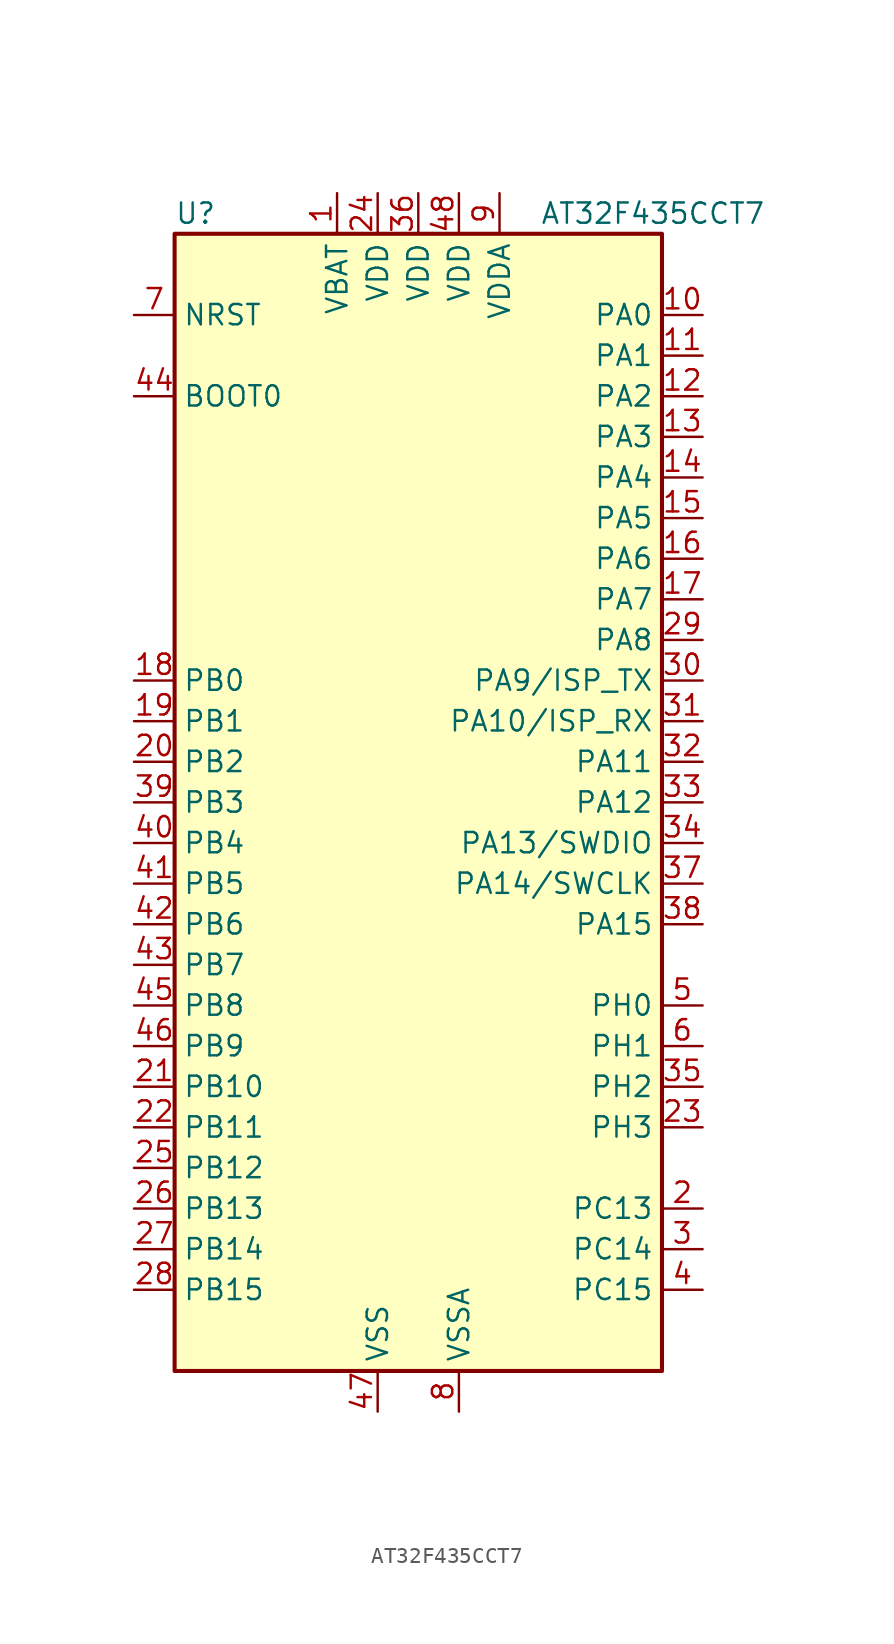
<source format=kicad_sym>
(kicad_symbol_lib
  (version 20241209)
  (generator "kicad_symbol_editor")
  (generator_version "9.0")
  (symbol "AT32F435CCT7"
    (property "Reference" "U"
      (at -15.24 36.83 0)
      (effects (font (size 1.27 1.27)) (justify left)))
    (property "Value" "AT32F435CCT7"
      (at 7.62 36.83 0)
      (effects (font (size 1.27 1.27)) (justify left)))
    (symbol "AT32F435CCT7_0_1"
      (rectangle (start -15.24 35.56) (end 15.24 -35.56) (stroke (width 0.254) (type default)) (fill (type background))))
    (symbol "AT32F435CCT7_1_1"
      (pin input line (at -17.78 30.48 0) (length 2.54) (name "NRST" (effects (font (size 1.27 1.27)))) (number "7" (effects (font (size 1.27 1.27)))))
      (pin input line (at -17.78 25.4 0) (length 2.54) (name "BOOT0" (effects (font (size 1.27 1.27)))) (number "44" (effects (font (size 1.27 1.27)))))
      (pin bidirectional line (at -17.78 7.62 0) (length 2.54) (name "PB0" (effects (font (size 1.27 1.27)))) (number "18" (effects (font (size 1.27 1.27)))) (alternate "ADC1_IN8" bidirectional line) (alternate "ADC2_IN8" bidirectional line) (alternate "TIM1_CH2N" bidirectional line) (alternate "TIM3_CH3" bidirectional line))
      (pin bidirectional line (at -17.78 5.08 0) (length 2.54) (name "PB1" (effects (font (size 1.27 1.27)))) (number "19" (effects (font (size 1.27 1.27)))) (alternate "ADC1_IN9" bidirectional line) (alternate "ADC2_IN9" bidirectional line) (alternate "TIM1_CH3N" bidirectional line) (alternate "TIM3_CH4" bidirectional line))
      (pin bidirectional line (at -17.78 2.54 0) (length 2.54) (name "PB2" (effects (font (size 1.27 1.27)))) (number "20" (effects (font (size 1.27 1.27)))))
      (pin bidirectional line (at -17.78 0 0) (length 2.54) (name "PB3" (effects (font (size 1.27 1.27)))) (number "39" (effects (font (size 1.27 1.27)))) (alternate "SPI1_SCK" bidirectional line) (alternate "SYS_JTDO-TRACESWO" bidirectional line) (alternate "TIM2_CH2" bidirectional line))
      (pin bidirectional line (at -17.78 -2.54 0) (length 2.54) (name "PB4" (effects (font (size 1.27 1.27)))) (number "40" (effects (font (size 1.27 1.27)))) (alternate "SPI1_MISO" bidirectional line) (alternate "SYS_NJTRST" bidirectional line) (alternate "TIM3_CH1" bidirectional line))
      (pin bidirectional line (at -17.78 -5.08 0) (length 2.54) (name "PB5" (effects (font (size 1.27 1.27)))) (number "41" (effects (font (size 1.27 1.27)))) (alternate "I2C1_SMBA" bidirectional line) (alternate "SPI1_MOSI" bidirectional line) (alternate "TIM3_CH2" bidirectional line))
      (pin bidirectional line (at -17.78 -7.62 0) (length 2.54) (name "PB6" (effects (font (size 1.27 1.27)))) (number "42" (effects (font (size 1.27 1.27)))) (alternate "I2C1_SCL" bidirectional line) (alternate "TIM4_CH1" bidirectional line) (alternate "USART1_TX" bidirectional line))
      (pin bidirectional line (at -17.78 -10.16 0) (length 2.54) (name "PB7" (effects (font (size 1.27 1.27)))) (number "43" (effects (font (size 1.27 1.27)))) (alternate "I2C1_SDA" bidirectional line) (alternate "TIM4_CH2" bidirectional line) (alternate "USART1_RX" bidirectional line))
      (pin bidirectional line (at -17.78 -12.7 0) (length 2.54) (name "PB8" (effects (font (size 1.27 1.27)))) (number "45" (effects (font (size 1.27 1.27)))) (alternate "CAN_RX" bidirectional line) (alternate "I2C1_SCL" bidirectional line) (alternate "TIM4_CH3" bidirectional line))
      (pin bidirectional line (at -17.78 -15.24 0) (length 2.54) (name "PB9" (effects (font (size 1.27 1.27)))) (number "46" (effects (font (size 1.27 1.27)))) (alternate "CAN_TX" bidirectional line) (alternate "I2C1_SDA" bidirectional line) (alternate "TIM4_CH4" bidirectional line))
      (pin bidirectional line (at -17.78 -17.78 0) (length 2.54) (name "PB10" (effects (font (size 1.27 1.27)))) (number "21" (effects (font (size 1.27 1.27)))) (alternate "I2C2_SCL" bidirectional line) (alternate "TIM2_CH3" bidirectional line) (alternate "USART3_TX" bidirectional line))
      (pin bidirectional line (at -17.78 -20.32 0) (length 2.54) (name "PB11" (effects (font (size 1.27 1.27)))) (number "22" (effects (font (size 1.27 1.27)))) (alternate "ADC1_EXTI11" bidirectional line) (alternate "ADC2_EXTI11" bidirectional line) (alternate "I2C2_SDA" bidirectional line) (alternate "TIM2_CH4" bidirectional line) (alternate "USART3_RX" bidirectional line))
      (pin bidirectional line (at -17.78 -22.86 0) (length 2.54) (name "PB12" (effects (font (size 1.27 1.27)))) (number "25" (effects (font (size 1.27 1.27)))) (alternate "I2C2_SMBA" bidirectional line) (alternate "SPI2_NSS" bidirectional line) (alternate "TIM1_BKIN" bidirectional line) (alternate "USART3_CK" bidirectional line))
      (pin bidirectional line (at -17.78 -25.4 0) (length 2.54) (name "PB13" (effects (font (size 1.27 1.27)))) (number "26" (effects (font (size 1.27 1.27)))) (alternate "SPI2_SCK" bidirectional line) (alternate "TIM1_CH1N" bidirectional line) (alternate "USART3_CTS" bidirectional line))
      (pin bidirectional line (at -17.78 -27.94 0) (length 2.54) (name "PB14" (effects (font (size 1.27 1.27)))) (number "27" (effects (font (size 1.27 1.27)))) (alternate "SPI2_MISO" bidirectional line) (alternate "TIM1_CH2N" bidirectional line) (alternate "USART3_RTS" bidirectional line))
      (pin bidirectional line (at -17.78 -30.48 0) (length 2.54) (name "PB15" (effects (font (size 1.27 1.27)))) (number "28" (effects (font (size 1.27 1.27)))) (alternate "ADC1_EXTI15" bidirectional line) (alternate "ADC2_EXTI15" bidirectional line) (alternate "SPI2_MOSI" bidirectional line) (alternate "TIM1_CH3N" bidirectional line))
      (pin power_in line (at -5.08 38.1 270) (length 2.54) (name "VBAT" (effects (font (size 1.27 1.27)))) (number "1" (effects (font (size 1.27 1.27)))))
      (pin power_in line (at -2.54 38.1 270) (length 2.54) (name "VDD" (effects (font (size 1.27 1.27)))) (number "24" (effects (font (size 1.27 1.27)))))
      (pin passive line (at -2.54 -38.1 90) (length 2.54) (name "VSS" (effects (font (size 1.27 1.27)))) (number "47" (effects (font (size 1.27 1.27)))))
      (pin power_in line (at 0 38.1 270) (length 2.54) (name "VDD" (effects (font (size 1.27 1.27)))) (number "36" (effects (font (size 1.27 1.27)))))
      (pin power_in line (at 2.54 38.1 270) (length 2.54) (name "VDD" (effects (font (size 1.27 1.27)))) (number "48" (effects (font (size 1.27 1.27)))))
      (pin power_in line (at 2.54 -38.1 90) (length 2.54) (name "VSSA" (effects (font (size 1.27 1.27)))) (number "8" (effects (font (size 1.27 1.27)))))
      (pin power_in line (at 5.08 38.1 270) (length 2.54) (name "VDDA" (effects (font (size 1.27 1.27)))) (number "9" (effects (font (size 1.27 1.27)))))
      (pin bidirectional line (at 17.78 30.48 180) (length 2.54) (name "PA0" (effects (font (size 1.27 1.27)))) (number "10" (effects (font (size 1.27 1.27)))) (alternate "ADC1_IN0" bidirectional line) (alternate "ADC2_IN0" bidirectional line) (alternate "SYS_WKUP" bidirectional line) (alternate "TIM2_CH1" bidirectional line) (alternate "TIM2_ETR" bidirectional line) (alternate "USART2_CTS" bidirectional line))
      (pin bidirectional line (at 17.78 27.94 180) (length 2.54) (name "PA1" (effects (font (size 1.27 1.27)))) (number "11" (effects (font (size 1.27 1.27)))) (alternate "ADC1_IN1" bidirectional line) (alternate "ADC2_IN1" bidirectional line) (alternate "TIM2_CH2" bidirectional line) (alternate "USART2_RTS" bidirectional line))
      (pin bidirectional line (at 17.78 25.4 180) (length 2.54) (name "PA2" (effects (font (size 1.27 1.27)))) (number "12" (effects (font (size 1.27 1.27)))) (alternate "ADC1_IN2" bidirectional line) (alternate "ADC2_IN2" bidirectional line) (alternate "TIM2_CH3" bidirectional line) (alternate "USART2_TX" bidirectional line))
      (pin bidirectional line (at 17.78 22.86 180) (length 2.54) (name "PA3" (effects (font (size 1.27 1.27)))) (number "13" (effects (font (size 1.27 1.27)))) (alternate "ADC1_IN3" bidirectional line) (alternate "ADC2_IN3" bidirectional line) (alternate "TIM2_CH4" bidirectional line) (alternate "USART2_RX" bidirectional line))
      (pin bidirectional line (at 17.78 20.32 180) (length 2.54) (name "PA4" (effects (font (size 1.27 1.27)))) (number "14" (effects (font (size 1.27 1.27)))) (alternate "ADC1_IN4" bidirectional line) (alternate "ADC2_IN4" bidirectional line) (alternate "SPI1_NSS" bidirectional line) (alternate "USART2_CK" bidirectional line))
      (pin bidirectional line (at 17.78 17.78 180) (length 2.54) (name "PA5" (effects (font (size 1.27 1.27)))) (number "15" (effects (font (size 1.27 1.27)))) (alternate "ADC1_IN5" bidirectional line) (alternate "ADC2_IN5" bidirectional line) (alternate "SPI1_SCK" bidirectional line))
      (pin bidirectional line (at 17.78 15.24 180) (length 2.54) (name "PA6" (effects (font (size 1.27 1.27)))) (number "16" (effects (font (size 1.27 1.27)))) (alternate "ADC1_IN6" bidirectional line) (alternate "ADC2_IN6" bidirectional line) (alternate "SPI1_MISO" bidirectional line) (alternate "TIM1_BKIN" bidirectional line) (alternate "TIM3_CH1" bidirectional line))
      (pin bidirectional line (at 17.78 12.7 180) (length 2.54) (name "PA7" (effects (font (size 1.27 1.27)))) (number "17" (effects (font (size 1.27 1.27)))) (alternate "ADC1_IN7" bidirectional line) (alternate "ADC2_IN7" bidirectional line) (alternate "SPI1_MOSI" bidirectional line) (alternate "TIM1_CH1N" bidirectional line) (alternate "TIM3_CH2" bidirectional line))
      (pin bidirectional line (at 17.78 10.16 180) (length 2.54) (name "PA8" (effects (font (size 1.27 1.27)))) (number "29" (effects (font (size 1.27 1.27)))) (alternate "RCC_MCO" bidirectional line) (alternate "TIM1_CH1" bidirectional line) (alternate "USART1_CK" bidirectional line))
      (pin bidirectional line (at 17.78 7.62 180) (length 2.54) (name "PA9/ISP_TX" (effects (font (size 1.27 1.27)))) (number "30" (effects (font (size 1.27 1.27)))) (alternate "TIM1_CH2" bidirectional line) (alternate "USART1_TX" bidirectional line))
      (pin bidirectional line (at 17.78 5.08 180) (length 2.54) (name "PA10/ISP_RX" (effects (font (size 1.27 1.27)))) (number "31" (effects (font (size 1.27 1.27)))) (alternate "TIM1_CH3" bidirectional line) (alternate "USART1_RX" bidirectional line))
      (pin bidirectional line (at 17.78 2.54 180) (length 2.54) (name "PA11" (effects (font (size 1.27 1.27)))) (number "32" (effects (font (size 1.27 1.27)))) (alternate "ADC1_EXTI11" bidirectional line) (alternate "ADC2_EXTI11" bidirectional line) (alternate "CAN_RX" bidirectional line) (alternate "TIM1_CH4" bidirectional line) (alternate "USART1_CTS" bidirectional line) (alternate "USB_DM" bidirectional line))
      (pin bidirectional line (at 17.78 0 180) (length 2.54) (name "PA12" (effects (font (size 1.27 1.27)))) (number "33" (effects (font (size 1.27 1.27)))) (alternate "CAN_TX" bidirectional line) (alternate "TIM1_ETR" bidirectional line) (alternate "USART1_RTS" bidirectional line) (alternate "USB_DP" bidirectional line))
      (pin bidirectional line (at 17.78 -2.54 180) (length 2.54) (name "PA13/SWDIO" (effects (font (size 1.27 1.27)))) (number "34" (effects (font (size 1.27 1.27)))) (alternate "SYS_JTMS-SWDIO" bidirectional line))
      (pin bidirectional line (at 17.78 -5.08 180) (length 2.54) (name "PA14/SWCLK" (effects (font (size 1.27 1.27)))) (number "37" (effects (font (size 1.27 1.27)))) (alternate "SYS_JTCK-SWCLK" bidirectional line))
      (pin bidirectional line (at 17.78 -7.62 180) (length 2.54) (name "PA15" (effects (font (size 1.27 1.27)))) (number "38" (effects (font (size 1.27 1.27)))) (alternate "ADC1_EXTI15" bidirectional line) (alternate "ADC2_EXTI15" bidirectional line) (alternate "SPI1_NSS" bidirectional line) (alternate "SYS_JTDI" bidirectional line) (alternate "TIM2_CH1" bidirectional line) (alternate "TIM2_ETR" bidirectional line))
      (pin bidirectional line (at 17.78 -12.7 180) (length 2.54) (name "PH0" (effects (font (size 1.27 1.27)))) (number "5" (effects (font (size 1.27 1.27)))) (alternate "RCC_OSC_IN" bidirectional line))
      (pin bidirectional line (at 17.78 -15.24 180) (length 2.54) (name "PH1" (effects (font (size 1.27 1.27)))) (number "6" (effects (font (size 1.27 1.27)))) (alternate "RCC_OSC_OUT" bidirectional line))
      (pin bidirectional line (at 17.78 -17.78 180) (length 2.54) (name "PH2" (effects (font (size 1.27 1.27)))) (number "35" (effects (font (size 1.27 1.27)))))
      (pin bidirectional line (at 17.78 -20.32 180) (length 2.54) (name "PH3" (effects (font (size 1.27 1.27)))) (number "23" (effects (font (size 1.27 1.27)))))
      (pin bidirectional line (at 17.78 -25.4 180) (length 2.54) (name "PC13" (effects (font (size 1.27 1.27)))) (number "2" (effects (font (size 1.27 1.27)))) (alternate "RTC_OUT" bidirectional line) (alternate "RTC_TAMPER" bidirectional line))
      (pin bidirectional line (at 17.78 -27.94 180) (length 2.54) (name "PC14" (effects (font (size 1.27 1.27)))) (number "3" (effects (font (size 1.27 1.27)))) (alternate "RCC_OSC32_IN" bidirectional line))
      (pin bidirectional line (at 17.78 -30.48 180) (length 2.54) (name "PC15" (effects (font (size 1.27 1.27)))) (number "4" (effects (font (size 1.27 1.27)))) (alternate "ADC1_EXTI15" bidirectional line) (alternate "ADC2_EXTI15" bidirectional line) (alternate "RCC_OSC32_OUT" bidirectional line)))))
</source>
